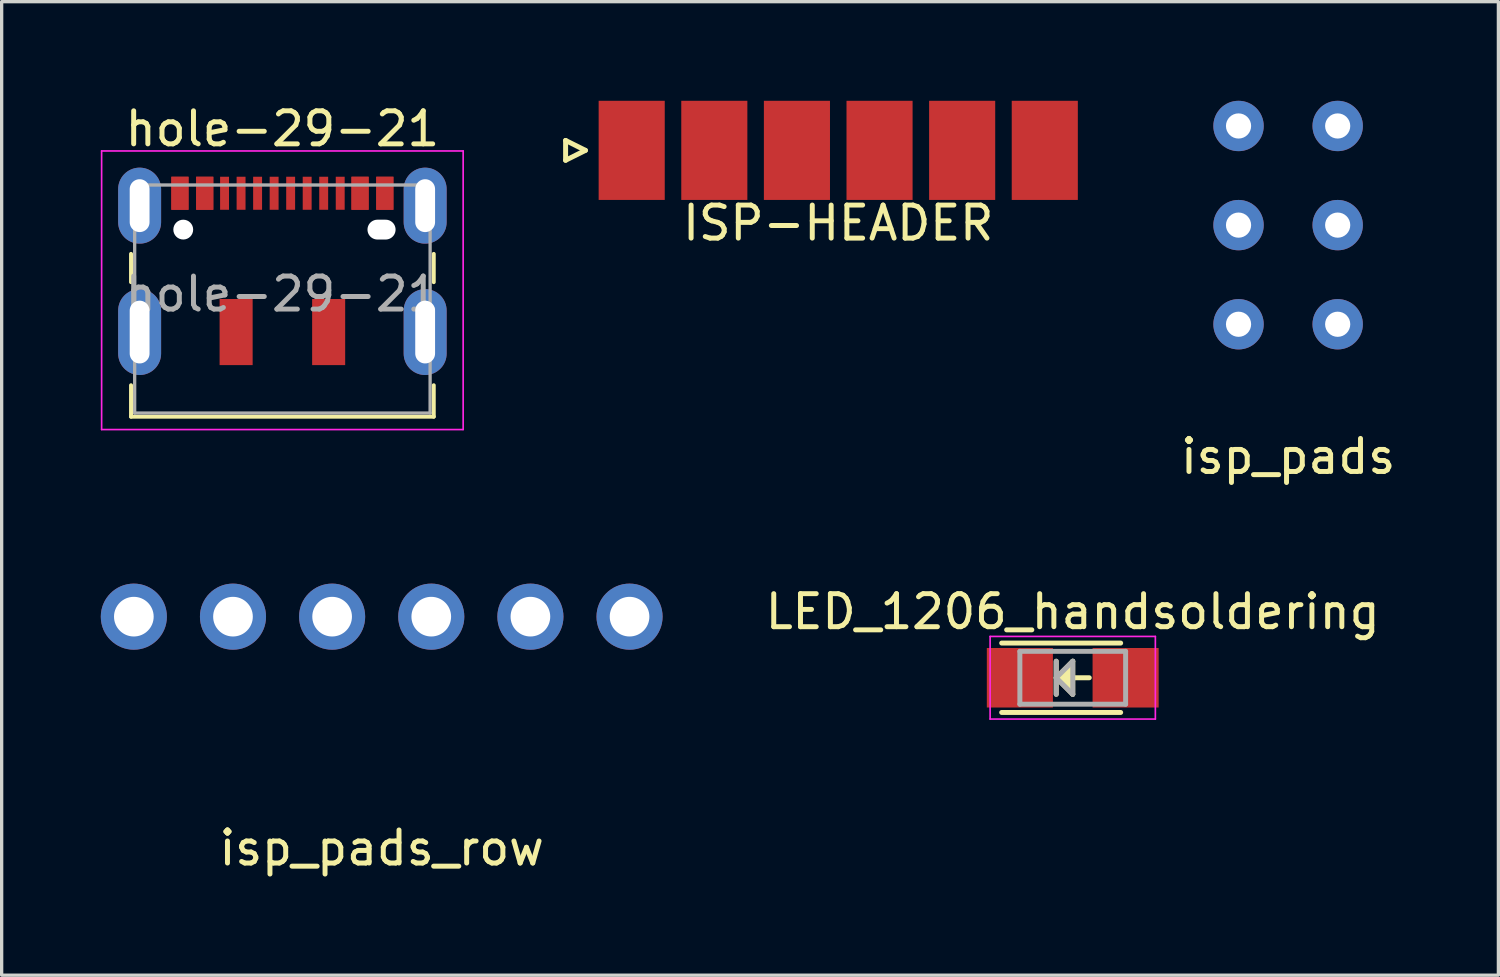
<source format=kicad_pcb>
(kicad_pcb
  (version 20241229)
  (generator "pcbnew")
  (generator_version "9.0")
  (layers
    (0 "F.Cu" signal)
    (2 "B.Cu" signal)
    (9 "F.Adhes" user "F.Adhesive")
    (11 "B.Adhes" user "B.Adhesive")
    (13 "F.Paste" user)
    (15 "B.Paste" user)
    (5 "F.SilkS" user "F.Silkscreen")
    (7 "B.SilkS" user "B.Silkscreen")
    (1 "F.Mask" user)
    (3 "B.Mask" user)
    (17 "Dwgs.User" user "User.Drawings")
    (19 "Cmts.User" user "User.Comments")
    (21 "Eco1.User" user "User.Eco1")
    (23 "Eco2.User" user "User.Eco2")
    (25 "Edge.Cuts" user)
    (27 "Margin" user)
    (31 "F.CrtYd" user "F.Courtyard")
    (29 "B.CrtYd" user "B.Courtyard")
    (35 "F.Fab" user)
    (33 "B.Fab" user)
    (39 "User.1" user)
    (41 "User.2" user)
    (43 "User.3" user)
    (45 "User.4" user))
  (footprint "isp_pads_row"
    (layer "F.Cu")
    (at 8.5 15.61)
    (property "Reference" "isp_pads_row" (at 0 7 0) (layer "F.SilkS") (effects (font (size 1 1) (thickness 0.15))))
    (attr through_hole)
    (pad "1" thru_hole circle (at -7.5 0) (size 2 2) (drill 1.2) (layers "*.Cu" "*.Mask"))
    (pad "2" thru_hole circle (at -4.5 0) (size 2 2) (drill 1.2) (layers "*.Cu" "*.Mask"))
    (pad "3" thru_hole circle (at -1.5 0) (size 2 2) (drill 1.2) (layers "*.Cu" "*.Mask"))
    (pad "4" thru_hole circle (at 1.5 0) (size 2 2) (drill 1.2) (layers "*.Cu" "*.Mask"))
    (pad "5" thru_hole circle (at 4.5 0) (size 2 2) (drill 1.2) (layers "*.Cu" "*.Mask"))
    (pad "6" thru_hole circle (at 7.5 0) (size 2 2) (drill 1.2) (layers "*.Cu" "*.Mask")))
  (footprint "isp_pads"
    (layer "F.Cu")
    (at 35.928 3.762)
    (property "Reference" "isp_pads" (at 0 7 0) (layer "F.SilkS") (effects (font (size 1 1) (thickness 0.15))))
    (attr through_hole)
    (pad "1" thru_hole circle (at -1.5 3) (size 1.524 1.524) (drill 0.762) (layers "*.Cu" "*.Mask"))
    (pad "2" thru_hole circle (at 1.5 3) (size 1.524 1.524) (drill 0.762) (layers "*.Cu" "*.Mask"))
    (pad "3" thru_hole circle (at -1.5 0) (size 1.524 1.524) (drill 0.762) (layers "*.Cu" "*.Mask"))
    (pad "4" thru_hole circle (at 1.5 0) (size 1.524 1.524) (drill 0.762) (layers "*.Cu" "*.Mask"))
    (pad "5" thru_hole circle (at -1.5 -3) (size 1.524 1.524) (drill 0.762) (layers "*.Cu" "*.Mask"))
    (pad "6" thru_hole circle (at 1.5 -3) (size 1.524 1.524) (drill 0.762) (layers "*.Cu" "*.Mask")))
  (footprint "hole-29-21"
    (layer "F.Cu")
    (at 5.495 5.848)
    (property "Reference" "hole-29-21" (at 0 -5 0) (layer "F.SilkS") (effects (font (size 1 1) (thickness 0.15))))
    (attr smd)
    (fp_line (start -4.58 -1.215) (end -4.58 -0.36) (stroke (width 0.12) (type solid)) (layer "F.SilkS"))
    (fp_line (start -4.58 2.76) (end -4.58 3.71) (stroke (width 0.12) (type solid)) (layer "F.SilkS"))
    (fp_line (start -4.58 3.71) (end 4.58 3.71) (stroke (width 0.12) (type solid)) (layer "F.SilkS"))
    (fp_line (start 4.58 -1.215) (end 4.58 -0.36) (stroke (width 0.12) (type solid)) (layer "F.SilkS"))
    (fp_line (start 4.58 2.76) (end 4.58 3.71) (stroke (width 0.12) (type solid)) (layer "F.SilkS"))
    (fp_line (start -5.47 -4.33) (end -5.47 4.1) (stroke (width 0.05) (type solid)) (layer "F.CrtYd"))
    (fp_line (start -5.47 -4.33) (end 5.47 -4.33) (stroke (width 0.05) (type solid)) (layer "F.CrtYd"))
    (fp_line (start -5.47 4.1) (end 5.47 4.1) (stroke (width 0.05) (type solid)) (layer "F.CrtYd"))
    (fp_line (start 5.47 -4.33) (end 5.47 4.1) (stroke (width 0.05) (type solid)) (layer "F.CrtYd"))
    (fp_line (start -4.47 -3.3) (end -4.47 3.6) (stroke (width 0.1) (type solid)) (layer "F.Fab"))
    (fp_line (start -4.47 -3.3) (end 4.47 -3.3) (stroke (width 0.1) (type solid)) (layer "F.Fab"))
    (fp_line (start -4.47 3.6) (end 4.47 3.6) (stroke (width 0.1) (type solid)) (layer "F.Fab"))
    (fp_line (start 4.47 -3.3) (end 4.47 3.6) (stroke (width 0.1) (type solid)) (layer "F.Fab"))
    (fp_text user "${REFERENCE}" (at 0 0 0) (layer "F.Fab") (effects (font (size 1 1) (thickness 0.15))))
    (pad "" np_thru_hole circle (at -3 -1.95) (size 0.6 0.6) (drill 0.6) (layers "*.Cu" "*.Mask"))
    (pad "" smd rect (at -1.4 1.15) (size 1 2) (layers "F.Cu" "F.Mask" "F.Paste"))
    (pad "" smd rect (at 1.4 1.15) (size 1 2) (layers "F.Cu" "F.Mask" "F.Paste"))
    (pad "" np_thru_hole oval (at 3 -1.95) (size 0.85 0.6) (drill oval 0.85 0.6) (layers "*.Cu" "*.Mask"))
    (pad "A1" smd rect (at -3.1 -3.05) (size 0.52 1) (layers "F.Cu" "F.Mask" "F.Paste"))
    (pad "A4" smd rect (at -2.35 -3.05) (size 0.52 1) (layers "F.Cu" "F.Mask" "F.Paste"))
    (pad "A5" smd rect (at -1.75 -3.05) (size 0.27 1) (layers "F.Cu" "F.Mask" "F.Paste"))
    (pad "A6" smd rect (at -0.25 -3.05) (size 0.27 1) (layers "F.Cu" "F.Mask" "F.Paste"))
    (pad "A7" smd rect (at 0.75 -3.05) (size 0.27 1) (layers "F.Cu" "F.Mask" "F.Paste"))
    (pad "A8" smd rect (at 1.75 -3.05) (size 0.27 1) (layers "F.Cu" "F.Mask" "F.Paste"))
    (pad "A9" smd rect (at 2.35 -3.05) (size 0.52 1) (layers "F.Cu" "F.Mask" "F.Paste"))
    (pad "A12" smd rect (at 3.1 -3.05) (size 0.52 1) (layers "F.Cu" "F.Mask" "F.Paste"))
    (pad "B1" smd rect (at 3.1 -3.05) (size 0.52 1) (layers "F.Cu" "F.Mask" "F.Paste"))
    (pad "B4" smd rect (at 2.35 -3.05) (size 0.52 1) (layers "F.Cu" "F.Mask" "F.Paste"))
    (pad "B5" smd rect (at 1.25 -3.05) (size 0.27 1) (layers "F.Cu" "F.Mask" "F.Paste"))
    (pad "B6" smd rect (at 0.25 -3.05) (size 0.27 1) (layers "F.Cu" "F.Mask" "F.Paste"))
    (pad "B7" smd rect (at -0.75 -3.05) (size 0.27 1) (layers "F.Cu" "F.Mask" "F.Paste"))
    (pad "B8" smd rect (at -1.25 -3.05) (size 0.27 1) (layers "F.Cu" "F.Mask" "F.Paste"))
    (pad "B9" smd rect (at -2.35 -3.05) (size 0.52 1) (layers "F.Cu" "F.Mask" "F.Paste"))
    (pad "B12" smd rect (at -3.1 -3.05) (size 0.52 1) (layers "F.Cu" "F.Mask" "F.Paste"))
    (pad "S1" thru_hole oval (at -4.32 -2.675) (size 1.3 2.3) (drill oval 0.6 1.6) (layers "*.Cu" "*.Mask"))
    (pad "S1" thru_hole oval (at -4.32 1.15) (size 1.3 2.6) (drill oval 0.6 1.9) (layers "*.Cu" "*.Mask"))
    (pad "S1" thru_hole oval (at 4.32 -2.675) (size 1.3 2.3) (drill oval 0.6 1.6) (layers "*.Cu" "*.Mask"))
    (pad "S1" thru_hole oval (at 4.32 1.15) (size 1.3 2.6) (drill oval 0.6 1.9) (layers "*.Cu" "*.Mask")))
  (footprint "ISP-HEADER"
    (layer "F.Cu")
    (at 16.065 1.5)
    (property "Reference" "ISP-HEADER" (at 6.25 2.2 0) (layer "F.SilkS") (effects (font (size 1 1) (thickness 0.15))))
    (attr through_hole)
    (fp_line (start -2 -0.3) (end -1.4 0) (stroke (width 0.15) (type solid)) (layer "F.SilkS"))
    (fp_line (start -2 0.3) (end -2 -0.3) (stroke (width 0.15) (type solid)) (layer "F.SilkS"))
    (fp_line (start -1.4 0) (end -2 0.3) (stroke (width 0.15) (type solid)) (layer "F.SilkS"))
    (pad "1" smd rect (at 0 0) (size 2 3) (layers "F.Cu" "F.Mask" "F.Paste"))
    (pad "2" smd rect (at 2.5 0) (size 2 3) (layers "F.Cu" "F.Mask" "F.Paste"))
    (pad "3" smd rect (at 5 0) (size 2 3) (layers "F.Cu" "F.Mask" "F.Paste"))
    (pad "4" smd rect (at 7.5 0) (size 2 3) (layers "F.Cu" "F.Mask" "F.Paste"))
    (pad "5" smd rect (at 10 0) (size 2 3) (layers "F.Cu" "F.Mask" "F.Paste"))
    (pad "6" smd rect (at 12.5 0) (size 2 3) (layers "F.Cu" "F.Mask" "F.Paste")))
  (footprint "LED_1206_handsoldering"
    (layer "F.Cu")
    (at 29.411 17.459)
    (property "Reference" "LED_1206_handsoldering" (at 0 -2 0) (layer "F.SilkS") (effects (font (size 1 1) (thickness 0.15))))
    (attr smd)
    (fp_line (start -2.15 -1.05) (end 1.45 -1.05) (stroke (width 0.15) (type solid)) (layer "F.SilkS"))
    (fp_line (start -2.15 1.05) (end 1.45 1.05) (stroke (width 0.15) (type solid)) (layer "F.SilkS"))
    (fp_line (start -0.5 -0.5) (end -0.5 0.5) (stroke (width 0.15) (type solid)) (layer "F.SilkS"))
    (fp_line (start -0.5 0) (end 0 -0.5) (stroke (width 0.15) (type solid)) (layer "F.SilkS"))
    (fp_line (start -0.4 0) (end -0.2 -0.2) (stroke (width 0.15) (type solid)) (layer "F.SilkS"))
    (fp_line (start -0.2 -0.2) (end -0.2 0.05) (stroke (width 0.15) (type solid)) (layer "F.SilkS"))
    (fp_line (start -0.2 0.05) (end -0.25 0) (stroke (width 0.15) (type solid)) (layer "F.SilkS"))
    (fp_line (start -0.1 -0.3) (end -0.1 0.3) (stroke (width 0.15) (type solid)) (layer "F.SilkS"))
    (fp_line (start -0.1 0.3) (end -0.4 0) (stroke (width 0.15) (type solid)) (layer "F.SilkS"))
    (fp_line (start 0 -0.5) (end 0 0.5) (stroke (width 0.15) (type solid)) (layer "F.SilkS"))
    (fp_line (start 0 0) (end 0.5 0) (stroke (width 0.15) (type solid)) (layer "F.SilkS"))
    (fp_line (start 0 0.5) (end -0.5 0) (stroke (width 0.15) (type solid)) (layer "F.SilkS"))
    (fp_line (start -2.5 -1.25) (end -2.5 1.25) (stroke (width 0.05) (type solid)) (layer "F.CrtYd"))
    (fp_line (start -2.5 1.25) (end 2.5 1.25) (stroke (width 0.05) (type solid)) (layer "F.CrtYd"))
    (fp_line (start 2.5 -1.25) (end -2.5 -1.25) (stroke (width 0.05) (type solid)) (layer "F.CrtYd"))
    (fp_line (start 2.5 1.25) (end 2.5 -1.25) (stroke (width 0.05) (type solid)) (layer "F.CrtYd"))
    (fp_line (start -1.6 -0.8) (end 1.6 -0.8) (stroke (width 0.15) (type solid)) (layer "F.Fab"))
    (fp_line (start -1.6 0.8) (end -1.6 -0.8) (stroke (width 0.15) (type solid)) (layer "F.Fab"))
    (fp_line (start -0.5 -0.5) (end -0.5 0.5) (stroke (width 0.15) (type solid)) (layer "F.Fab"))
    (fp_line (start -0.5 0) (end 0 -0.5) (stroke (width 0.15) (type solid)) (layer "F.Fab"))
    (fp_line (start 0 -0.5) (end 0 0.5) (stroke (width 0.15) (type solid)) (layer "F.Fab"))
    (fp_line (start 0 0.5) (end -0.5 0) (stroke (width 0.15) (type solid)) (layer "F.Fab"))
    (fp_line (start 1.6 -0.8) (end 1.6 0.8) (stroke (width 0.15) (type solid)) (layer "F.Fab"))
    (fp_line (start 1.6 0.8) (end -1.6 0.8) (stroke (width 0.15) (type solid)) (layer "F.Fab"))
    (pad "1" smd rect (at -1.6 0 180) (size 2 1.801) (layers "F.Cu" "F.Mask" "F.Paste"))
    (pad "2" smd rect (at 1.6 0 180) (size 2 1.801) (layers "F.Cu" "F.Mask" "F.Paste")))
  (gr_rect
    (start -3 -3)
    (end 42.291 26.459)
    (stroke (width 0.1) (type default))
    (fill no)
    (layer "Edge.Cuts")))
</source>
